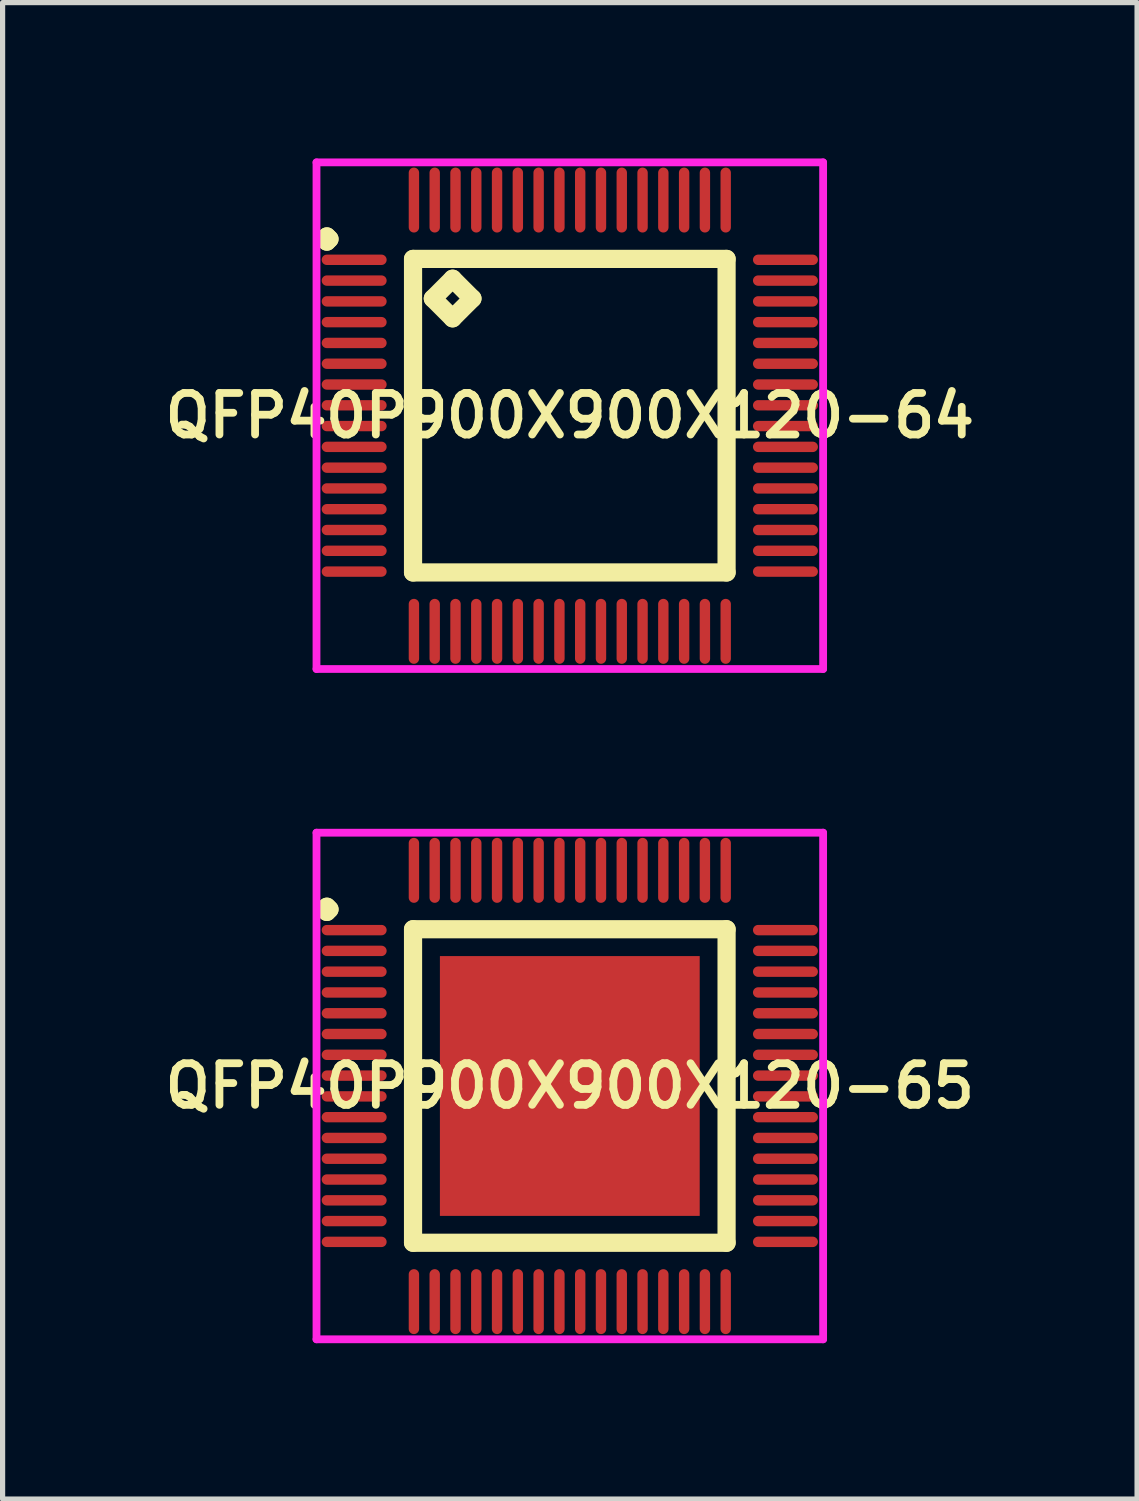
<source format=kicad_pcb>
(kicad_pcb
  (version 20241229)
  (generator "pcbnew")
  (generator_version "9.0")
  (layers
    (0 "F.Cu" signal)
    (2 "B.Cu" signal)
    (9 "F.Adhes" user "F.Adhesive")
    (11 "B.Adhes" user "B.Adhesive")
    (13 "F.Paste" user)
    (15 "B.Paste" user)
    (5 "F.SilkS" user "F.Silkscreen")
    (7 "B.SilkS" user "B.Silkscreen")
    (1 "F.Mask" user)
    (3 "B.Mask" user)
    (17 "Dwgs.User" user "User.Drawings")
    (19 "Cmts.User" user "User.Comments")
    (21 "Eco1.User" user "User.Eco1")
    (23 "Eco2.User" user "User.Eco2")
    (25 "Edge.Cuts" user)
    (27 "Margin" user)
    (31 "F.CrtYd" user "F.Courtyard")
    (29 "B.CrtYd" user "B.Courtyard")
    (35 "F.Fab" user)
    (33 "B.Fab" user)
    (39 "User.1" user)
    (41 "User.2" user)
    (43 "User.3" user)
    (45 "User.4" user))
  (footprint "QFP40P900X900X120-65"
    (layer "F.Cu")
    (at 7.916 17.85)
    (property "Reference" "QFP40P900X900X120-65" (at 0 0 0) (layer "F.SilkS") (effects (font (size 0.8 0.8) (thickness 0.15))))
    (attr smd)
    (fp_line (start -4.725 -3.4) (end -4.675 -3.45) (stroke (width 0.35) (type solid)) (layer "F.SilkS"))
    (fp_line (start -4.675 -3.45) (end -4.625 -3.4) (stroke (width 0.35) (type solid)) (layer "F.SilkS"))
    (fp_line (start -4.675 -3.35) (end -4.725 -3.4) (stroke (width 0.35) (type solid)) (layer "F.SilkS"))
    (fp_line (start -4.625 -3.4) (end -4.675 -3.35) (stroke (width 0.35) (type solid)) (layer "F.SilkS"))
    (fp_line (start -3.017 -3.017) (end -3.017 3.017) (stroke (width 0.35) (type solid)) (layer "F.SilkS"))
    (fp_line (start -3.017 3.017) (end 3.017 3.017) (stroke (width 0.35) (type solid)) (layer "F.SilkS"))
    (fp_line (start 3.017 -3.017) (end -3.017 -3.017) (stroke (width 0.35) (type solid)) (layer "F.SilkS"))
    (fp_line (start 3.017 3.017) (end 3.017 -3.017) (stroke (width 0.35) (type solid)) (layer "F.SilkS"))
    (fp_line (start -4.875 -4.875) (end 4.875 -4.875) (stroke (width 0.15) (type solid)) (layer "F.CrtYd"))
    (fp_line (start -4.875 4.875) (end -4.875 -4.875) (stroke (width 0.15) (type solid)) (layer "F.CrtYd"))
    (fp_line (start 4.875 -4.875) (end 4.875 4.875) (stroke (width 0.15) (type solid)) (layer "F.CrtYd"))
    (fp_line (start 4.875 4.875) (end -4.875 4.875) (stroke (width 0.15) (type solid)) (layer "F.CrtYd"))
    (pad "1" smd oval (at -4.15 -3) (size 1.25 0.2) (layers "F.Cu" "F.Mask" "F.Paste"))
    (pad "2" smd oval (at -4.15 -2.6) (size 1.25 0.2) (layers "F.Cu" "F.Mask" "F.Paste"))
    (pad "3" smd oval (at -4.15 -2.2) (size 1.25 0.2) (layers "F.Cu" "F.Mask" "F.Paste"))
    (pad "4" smd oval (at -4.15 -1.8) (size 1.25 0.2) (layers "F.Cu" "F.Mask" "F.Paste"))
    (pad "5" smd oval (at -4.15 -1.4) (size 1.25 0.2) (layers "F.Cu" "F.Mask" "F.Paste"))
    (pad "6" smd oval (at -4.15 -1) (size 1.25 0.2) (layers "F.Cu" "F.Mask" "F.Paste"))
    (pad "7" smd oval (at -4.15 -0.6) (size 1.25 0.2) (layers "F.Cu" "F.Mask" "F.Paste"))
    (pad "8" smd oval (at -4.15 -0.2) (size 1.25 0.2) (layers "F.Cu" "F.Mask" "F.Paste"))
    (pad "9" smd oval (at -4.15 0.2) (size 1.25 0.2) (layers "F.Cu" "F.Mask" "F.Paste"))
    (pad "10" smd oval (at -4.15 0.6) (size 1.25 0.2) (layers "F.Cu" "F.Mask" "F.Paste"))
    (pad "11" smd oval (at -4.15 1) (size 1.25 0.2) (layers "F.Cu" "F.Mask" "F.Paste"))
    (pad "12" smd oval (at -4.15 1.4) (size 1.25 0.2) (layers "F.Cu" "F.Mask" "F.Paste"))
    (pad "13" smd oval (at -4.15 1.8) (size 1.25 0.2) (layers "F.Cu" "F.Mask" "F.Paste"))
    (pad "14" smd oval (at -4.15 2.2) (size 1.25 0.2) (layers "F.Cu" "F.Mask" "F.Paste"))
    (pad "15" smd oval (at -4.15 2.6) (size 1.25 0.2) (layers "F.Cu" "F.Mask" "F.Paste"))
    (pad "16" smd oval (at -4.15 3) (size 1.25 0.2) (layers "F.Cu" "F.Mask" "F.Paste"))
    (pad "17" smd oval (at -3 4.15) (size 0.2 1.25) (layers "F.Cu" "F.Mask" "F.Paste"))
    (pad "18" smd oval (at -2.6 4.15) (size 0.2 1.25) (layers "F.Cu" "F.Mask" "F.Paste"))
    (pad "19" smd oval (at -2.2 4.15) (size 0.2 1.25) (layers "F.Cu" "F.Mask" "F.Paste"))
    (pad "20" smd oval (at -1.8 4.15) (size 0.2 1.25) (layers "F.Cu" "F.Mask" "F.Paste"))
    (pad "21" smd oval (at -1.4 4.15) (size 0.2 1.25) (layers "F.Cu" "F.Mask" "F.Paste"))
    (pad "22" smd oval (at -1 4.15) (size 0.2 1.25) (layers "F.Cu" "F.Mask" "F.Paste"))
    (pad "23" smd oval (at -0.6 4.15) (size 0.2 1.25) (layers "F.Cu" "F.Mask" "F.Paste"))
    (pad "24" smd oval (at -0.2 4.15) (size 0.2 1.25) (layers "F.Cu" "F.Mask" "F.Paste"))
    (pad "25" smd oval (at 0.2 4.15) (size 0.2 1.25) (layers "F.Cu" "F.Mask" "F.Paste"))
    (pad "26" smd oval (at 0.6 4.15) (size 0.2 1.25) (layers "F.Cu" "F.Mask" "F.Paste"))
    (pad "27" smd oval (at 1 4.15) (size 0.2 1.25) (layers "F.Cu" "F.Mask" "F.Paste"))
    (pad "28" smd oval (at 1.4 4.15) (size 0.2 1.25) (layers "F.Cu" "F.Mask" "F.Paste"))
    (pad "29" smd oval (at 1.8 4.15) (size 0.2 1.25) (layers "F.Cu" "F.Mask" "F.Paste"))
    (pad "30" smd oval (at 2.2 4.15) (size 0.2 1.25) (layers "F.Cu" "F.Mask" "F.Paste"))
    (pad "31" smd oval (at 2.6 4.15) (size 0.2 1.25) (layers "F.Cu" "F.Mask" "F.Paste"))
    (pad "32" smd oval (at 3 4.15) (size 0.2 1.25) (layers "F.Cu" "F.Mask" "F.Paste"))
    (pad "33" smd oval (at 4.15 3) (size 1.25 0.2) (layers "F.Cu" "F.Mask" "F.Paste"))
    (pad "34" smd oval (at 4.15 2.6) (size 1.25 0.2) (layers "F.Cu" "F.Mask" "F.Paste"))
    (pad "35" smd oval (at 4.15 2.2) (size 1.25 0.2) (layers "F.Cu" "F.Mask" "F.Paste"))
    (pad "36" smd oval (at 4.15 1.8) (size 1.25 0.2) (layers "F.Cu" "F.Mask" "F.Paste"))
    (pad "37" smd oval (at 4.15 1.4) (size 1.25 0.2) (layers "F.Cu" "F.Mask" "F.Paste"))
    (pad "38" smd oval (at 4.15 1) (size 1.25 0.2) (layers "F.Cu" "F.Mask" "F.Paste"))
    (pad "39" smd oval (at 4.15 0.6) (size 1.25 0.2) (layers "F.Cu" "F.Mask" "F.Paste"))
    (pad "40" smd oval (at 4.15 0.2) (size 1.25 0.2) (layers "F.Cu" "F.Mask" "F.Paste"))
    (pad "41" smd oval (at 4.15 -0.2) (size 1.25 0.2) (layers "F.Cu" "F.Mask" "F.Paste"))
    (pad "42" smd oval (at 4.15 -0.6) (size 1.25 0.2) (layers "F.Cu" "F.Mask" "F.Paste"))
    (pad "43" smd oval (at 4.15 -1) (size 1.25 0.2) (layers "F.Cu" "F.Mask" "F.Paste"))
    (pad "44" smd oval (at 4.15 -1.4) (size 1.25 0.2) (layers "F.Cu" "F.Mask" "F.Paste"))
    (pad "45" smd oval (at 4.15 -1.8) (size 1.25 0.2) (layers "F.Cu" "F.Mask" "F.Paste"))
    (pad "46" smd oval (at 4.15 -2.2) (size 1.25 0.2) (layers "F.Cu" "F.Mask" "F.Paste"))
    (pad "47" smd oval (at 4.15 -2.6) (size 1.25 0.2) (layers "F.Cu" "F.Mask" "F.Paste"))
    (pad "48" smd oval (at 4.15 -3) (size 1.25 0.2) (layers "F.Cu" "F.Mask" "F.Paste"))
    (pad "49" smd oval (at 3 -4.15) (size 0.2 1.25) (layers "F.Cu" "F.Mask" "F.Paste"))
    (pad "50" smd oval (at 2.6 -4.15) (size 0.2 1.25) (layers "F.Cu" "F.Mask" "F.Paste"))
    (pad "51" smd oval (at 2.2 -4.15) (size 0.2 1.25) (layers "F.Cu" "F.Mask" "F.Paste"))
    (pad "52" smd oval (at 1.8 -4.15) (size 0.2 1.25) (layers "F.Cu" "F.Mask" "F.Paste"))
    (pad "53" smd oval (at 1.4 -4.15) (size 0.2 1.25) (layers "F.Cu" "F.Mask" "F.Paste"))
    (pad "54" smd oval (at 1 -4.15) (size 0.2 1.25) (layers "F.Cu" "F.Mask" "F.Paste"))
    (pad "55" smd oval (at 0.6 -4.15) (size 0.2 1.25) (layers "F.Cu" "F.Mask" "F.Paste"))
    (pad "56" smd oval (at 0.2 -4.15) (size 0.2 1.25) (layers "F.Cu" "F.Mask" "F.Paste"))
    (pad "57" smd oval (at -0.2 -4.15) (size 0.2 1.25) (layers "F.Cu" "F.Mask" "F.Paste"))
    (pad "58" smd oval (at -0.6 -4.15) (size 0.2 1.25) (layers "F.Cu" "F.Mask" "F.Paste"))
    (pad "59" smd oval (at -1 -4.15) (size 0.2 1.25) (layers "F.Cu" "F.Mask" "F.Paste"))
    (pad "60" smd oval (at -1.4 -4.15) (size 0.2 1.25) (layers "F.Cu" "F.Mask" "F.Paste"))
    (pad "61" smd oval (at -1.8 -4.15) (size 0.2 1.25) (layers "F.Cu" "F.Mask" "F.Paste"))
    (pad "62" smd oval (at -2.2 -4.15) (size 0.2 1.25) (layers "F.Cu" "F.Mask" "F.Paste"))
    (pad "63" smd oval (at -2.6 -4.15) (size 0.2 1.25) (layers "F.Cu" "F.Mask" "F.Paste"))
    (pad "64" smd oval (at -3 -4.15) (size 0.2 1.25) (layers "F.Cu" "F.Mask" "F.Paste"))
    (pad "65" smd rect (at 0 0) (size 5 5) (layers "F.Cu" "F.Mask" "F.Paste")))
  (footprint "QFP40P900X900X120-64"
    (layer "F.Cu")
    (at 7.916 4.95)
    (property "Reference" "QFP40P900X900X120-64" (at 0 0 0) (layer "F.SilkS") (effects (font (size 0.8 0.8) (thickness 0.15))))
    (attr through_hole)
    (fp_line (start -4.725 -3.4) (end -4.675 -3.45) (stroke (width 0.35) (type solid)) (layer "F.SilkS"))
    (fp_line (start -4.675 -3.45) (end -4.625 -3.4) (stroke (width 0.35) (type solid)) (layer "F.SilkS"))
    (fp_line (start -4.675 -3.35) (end -4.725 -3.4) (stroke (width 0.35) (type solid)) (layer "F.SilkS"))
    (fp_line (start -4.625 -3.4) (end -4.675 -3.35) (stroke (width 0.35) (type solid)) (layer "F.SilkS"))
    (fp_line (start -3.017 -3.017) (end -3.017 3.017) (stroke (width 0.35) (type solid)) (layer "F.SilkS"))
    (fp_line (start -3.017 3.017) (end 3.017 3.017) (stroke (width 0.35) (type solid)) (layer "F.SilkS"))
    (fp_line (start -2.636 -2.255) (end -2.255 -2.636) (stroke (width 0.35) (type solid)) (layer "F.SilkS"))
    (fp_line (start -2.255 -2.636) (end -1.874 -2.255) (stroke (width 0.35) (type solid)) (layer "F.SilkS"))
    (fp_line (start -2.255 -1.874) (end -2.636 -2.255) (stroke (width 0.35) (type solid)) (layer "F.SilkS"))
    (fp_line (start -1.874 -2.255) (end -2.255 -1.874) (stroke (width 0.35) (type solid)) (layer "F.SilkS"))
    (fp_line (start 3.017 -3.017) (end -3.017 -3.017) (stroke (width 0.35) (type solid)) (layer "F.SilkS"))
    (fp_line (start 3.017 3.017) (end 3.017 -3.017) (stroke (width 0.35) (type solid)) (layer "F.SilkS"))
    (fp_line (start -4.875 -4.875) (end 4.875 -4.875) (stroke (width 0.15) (type solid)) (layer "F.CrtYd"))
    (fp_line (start -4.875 4.875) (end -4.875 -4.875) (stroke (width 0.15) (type solid)) (layer "F.CrtYd"))
    (fp_line (start 4.875 -4.875) (end 4.875 4.875) (stroke (width 0.15) (type solid)) (layer "F.CrtYd"))
    (fp_line (start 4.875 4.875) (end -4.875 4.875) (stroke (width 0.15) (type solid)) (layer "F.CrtYd"))
    (pad "1" smd oval (at -4.15 -3) (size 1.25 0.2) (layers "F.Cu" "F.Mask" "F.Paste"))
    (pad "2" smd oval (at -4.15 -2.6) (size 1.25 0.2) (layers "F.Cu" "F.Mask" "F.Paste"))
    (pad "3" smd oval (at -4.15 -2.2) (size 1.25 0.2) (layers "F.Cu" "F.Mask" "F.Paste"))
    (pad "4" smd oval (at -4.15 -1.8) (size 1.25 0.2) (layers "F.Cu" "F.Mask" "F.Paste"))
    (pad "5" smd oval (at -4.15 -1.4) (size 1.25 0.2) (layers "F.Cu" "F.Mask" "F.Paste"))
    (pad "6" smd oval (at -4.15 -1) (size 1.25 0.2) (layers "F.Cu" "F.Mask" "F.Paste"))
    (pad "7" smd oval (at -4.15 -0.6) (size 1.25 0.2) (layers "F.Cu" "F.Mask" "F.Paste"))
    (pad "8" smd oval (at -4.15 -0.2) (size 1.25 0.2) (layers "F.Cu" "F.Mask" "F.Paste"))
    (pad "9" smd oval (at -4.15 0.2) (size 1.25 0.2) (layers "F.Cu" "F.Mask" "F.Paste"))
    (pad "10" smd oval (at -4.15 0.6) (size 1.25 0.2) (layers "F.Cu" "F.Mask" "F.Paste"))
    (pad "11" smd oval (at -4.15 1) (size 1.25 0.2) (layers "F.Cu" "F.Mask" "F.Paste"))
    (pad "12" smd oval (at -4.15 1.4) (size 1.25 0.2) (layers "F.Cu" "F.Mask" "F.Paste"))
    (pad "13" smd oval (at -4.15 1.8) (size 1.25 0.2) (layers "F.Cu" "F.Mask" "F.Paste"))
    (pad "14" smd oval (at -4.15 2.2) (size 1.25 0.2) (layers "F.Cu" "F.Mask" "F.Paste"))
    (pad "15" smd oval (at -4.15 2.6) (size 1.25 0.2) (layers "F.Cu" "F.Mask" "F.Paste"))
    (pad "16" smd oval (at -4.15 3) (size 1.25 0.2) (layers "F.Cu" "F.Mask" "F.Paste"))
    (pad "17" smd oval (at -3 4.15) (size 0.2 1.25) (layers "F.Cu" "F.Mask" "F.Paste"))
    (pad "18" smd oval (at -2.6 4.15) (size 0.2 1.25) (layers "F.Cu" "F.Mask" "F.Paste"))
    (pad "19" smd oval (at -2.2 4.15) (size 0.2 1.25) (layers "F.Cu" "F.Mask" "F.Paste"))
    (pad "20" smd oval (at -1.8 4.15) (size 0.2 1.25) (layers "F.Cu" "F.Mask" "F.Paste"))
    (pad "21" smd oval (at -1.4 4.15) (size 0.2 1.25) (layers "F.Cu" "F.Mask" "F.Paste"))
    (pad "22" smd oval (at -1 4.15) (size 0.2 1.25) (layers "F.Cu" "F.Mask" "F.Paste"))
    (pad "23" smd oval (at -0.6 4.15) (size 0.2 1.25) (layers "F.Cu" "F.Mask" "F.Paste"))
    (pad "24" smd oval (at -0.2 4.15) (size 0.2 1.25) (layers "F.Cu" "F.Mask" "F.Paste"))
    (pad "25" smd oval (at 0.2 4.15) (size 0.2 1.25) (layers "F.Cu" "F.Mask" "F.Paste"))
    (pad "26" smd oval (at 0.6 4.15) (size 0.2 1.25) (layers "F.Cu" "F.Mask" "F.Paste"))
    (pad "27" smd oval (at 1 4.15) (size 0.2 1.25) (layers "F.Cu" "F.Mask" "F.Paste"))
    (pad "28" smd oval (at 1.4 4.15) (size 0.2 1.25) (layers "F.Cu" "F.Mask" "F.Paste"))
    (pad "29" smd oval (at 1.8 4.15) (size 0.2 1.25) (layers "F.Cu" "F.Mask" "F.Paste"))
    (pad "30" smd oval (at 2.2 4.15) (size 0.2 1.25) (layers "F.Cu" "F.Mask" "F.Paste"))
    (pad "31" smd oval (at 2.6 4.15) (size 0.2 1.25) (layers "F.Cu" "F.Mask" "F.Paste"))
    (pad "32" smd oval (at 3 4.15) (size 0.2 1.25) (layers "F.Cu" "F.Mask" "F.Paste"))
    (pad "33" smd oval (at 4.15 3) (size 1.25 0.2) (layers "F.Cu" "F.Mask" "F.Paste"))
    (pad "34" smd oval (at 4.15 2.6) (size 1.25 0.2) (layers "F.Cu" "F.Mask" "F.Paste"))
    (pad "35" smd oval (at 4.15 2.2) (size 1.25 0.2) (layers "F.Cu" "F.Mask" "F.Paste"))
    (pad "36" smd oval (at 4.15 1.8) (size 1.25 0.2) (layers "F.Cu" "F.Mask" "F.Paste"))
    (pad "37" smd oval (at 4.15 1.4) (size 1.25 0.2) (layers "F.Cu" "F.Mask" "F.Paste"))
    (pad "38" smd oval (at 4.15 1) (size 1.25 0.2) (layers "F.Cu" "F.Mask" "F.Paste"))
    (pad "39" smd oval (at 4.15 0.6) (size 1.25 0.2) (layers "F.Cu" "F.Mask" "F.Paste"))
    (pad "40" smd oval (at 4.15 0.2) (size 1.25 0.2) (layers "F.Cu" "F.Mask" "F.Paste"))
    (pad "41" smd oval (at 4.15 -0.2) (size 1.25 0.2) (layers "F.Cu" "F.Mask" "F.Paste"))
    (pad "42" smd oval (at 4.15 -0.6) (size 1.25 0.2) (layers "F.Cu" "F.Mask" "F.Paste"))
    (pad "43" smd oval (at 4.15 -1) (size 1.25 0.2) (layers "F.Cu" "F.Mask" "F.Paste"))
    (pad "44" smd oval (at 4.15 -1.4) (size 1.25 0.2) (layers "F.Cu" "F.Mask" "F.Paste"))
    (pad "45" smd oval (at 4.15 -1.8) (size 1.25 0.2) (layers "F.Cu" "F.Mask" "F.Paste"))
    (pad "46" smd oval (at 4.15 -2.2) (size 1.25 0.2) (layers "F.Cu" "F.Mask" "F.Paste"))
    (pad "47" smd oval (at 4.15 -2.6) (size 1.25 0.2) (layers "F.Cu" "F.Mask" "F.Paste"))
    (pad "48" smd oval (at 4.15 -3) (size 1.25 0.2) (layers "F.Cu" "F.Mask" "F.Paste"))
    (pad "49" smd oval (at 3 -4.15) (size 0.2 1.25) (layers "F.Cu" "F.Mask" "F.Paste"))
    (pad "50" smd oval (at 2.6 -4.15) (size 0.2 1.25) (layers "F.Cu" "F.Mask" "F.Paste"))
    (pad "51" smd oval (at 2.2 -4.15) (size 0.2 1.25) (layers "F.Cu" "F.Mask" "F.Paste"))
    (pad "52" smd oval (at 1.8 -4.15) (size 0.2 1.25) (layers "F.Cu" "F.Mask" "F.Paste"))
    (pad "53" smd oval (at 1.4 -4.15) (size 0.2 1.25) (layers "F.Cu" "F.Mask" "F.Paste"))
    (pad "54" smd oval (at 1 -4.15) (size 0.2 1.25) (layers "F.Cu" "F.Mask" "F.Paste"))
    (pad "55" smd oval (at 0.6 -4.15) (size 0.2 1.25) (layers "F.Cu" "F.Mask" "F.Paste"))
    (pad "56" smd oval (at 0.2 -4.15) (size 0.2 1.25) (layers "F.Cu" "F.Mask" "F.Paste"))
    (pad "57" smd oval (at -0.2 -4.15) (size 0.2 1.25) (layers "F.Cu" "F.Mask" "F.Paste"))
    (pad "58" smd oval (at -0.6 -4.15) (size 0.2 1.25) (layers "F.Cu" "F.Mask" "F.Paste"))
    (pad "59" smd oval (at -1 -4.15) (size 0.2 1.25) (layers "F.Cu" "F.Mask" "F.Paste"))
    (pad "60" smd oval (at -1.4 -4.15) (size 0.2 1.25) (layers "F.Cu" "F.Mask" "F.Paste"))
    (pad "61" smd oval (at -1.8 -4.15) (size 0.2 1.25) (layers "F.Cu" "F.Mask" "F.Paste"))
    (pad "62" smd oval (at -2.2 -4.15) (size 0.2 1.25) (layers "F.Cu" "F.Mask" "F.Paste"))
    (pad "63" smd oval (at -2.6 -4.15) (size 0.2 1.25) (layers "F.Cu" "F.Mask" "F.Paste"))
    (pad "64" smd oval (at -3 -4.15) (size 0.2 1.25) (layers "F.Cu" "F.Mask" "F.Paste")))
  (gr_rect
    (start -3 -3)
    (end 18.833 25.8)
    (stroke (width 0.1) (type default))
    (fill no)
    (layer "Edge.Cuts")))
</source>
